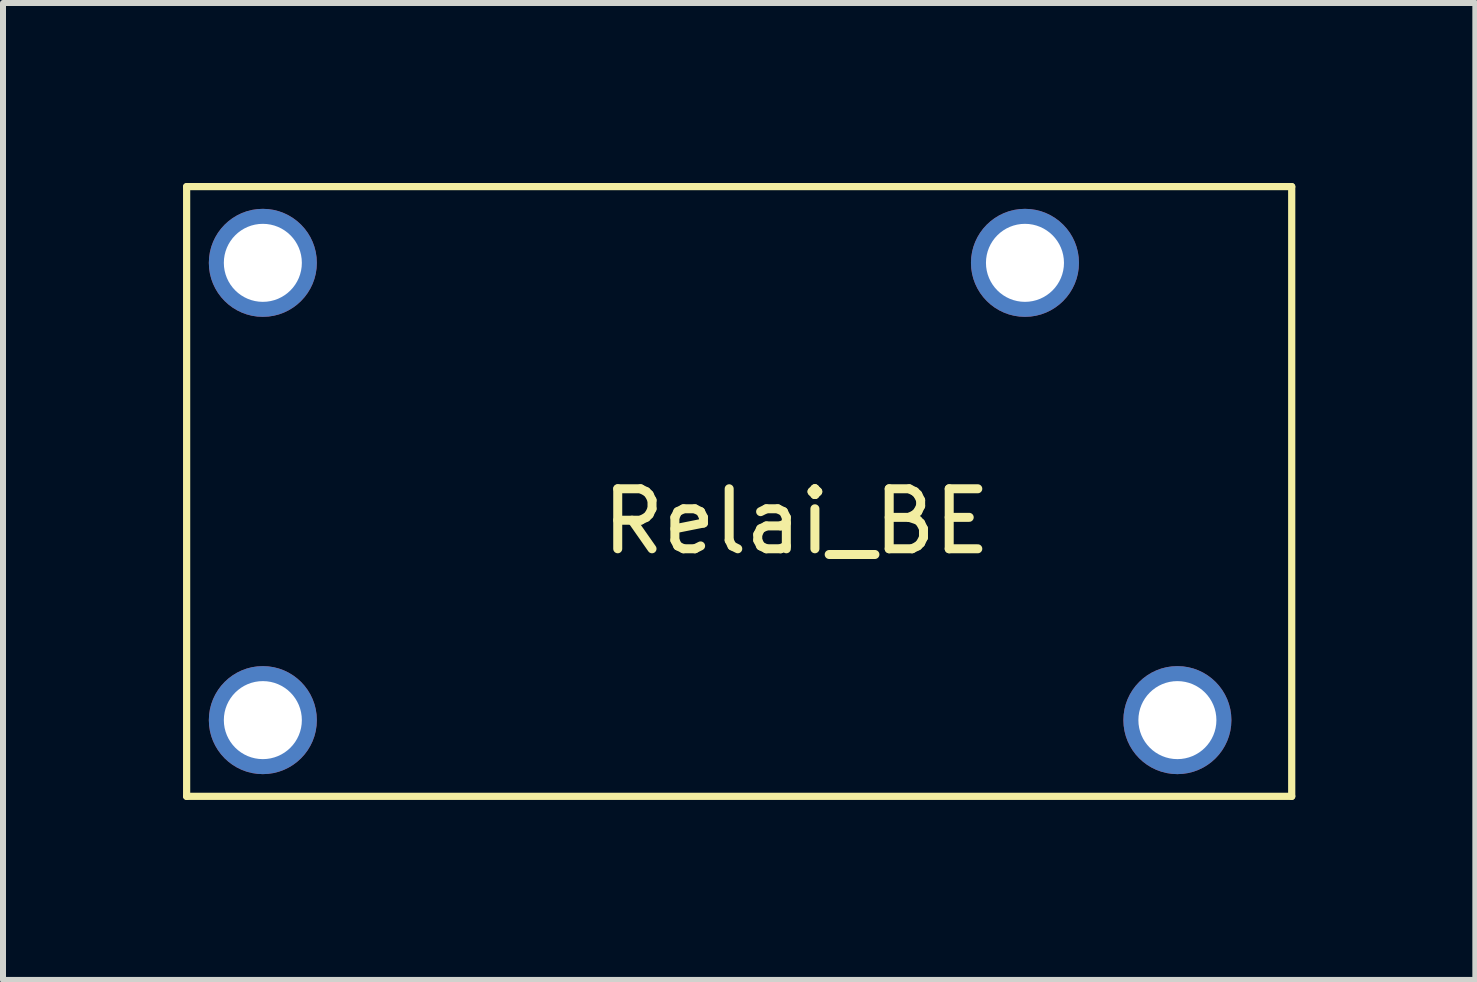
<source format=kicad_pcb>
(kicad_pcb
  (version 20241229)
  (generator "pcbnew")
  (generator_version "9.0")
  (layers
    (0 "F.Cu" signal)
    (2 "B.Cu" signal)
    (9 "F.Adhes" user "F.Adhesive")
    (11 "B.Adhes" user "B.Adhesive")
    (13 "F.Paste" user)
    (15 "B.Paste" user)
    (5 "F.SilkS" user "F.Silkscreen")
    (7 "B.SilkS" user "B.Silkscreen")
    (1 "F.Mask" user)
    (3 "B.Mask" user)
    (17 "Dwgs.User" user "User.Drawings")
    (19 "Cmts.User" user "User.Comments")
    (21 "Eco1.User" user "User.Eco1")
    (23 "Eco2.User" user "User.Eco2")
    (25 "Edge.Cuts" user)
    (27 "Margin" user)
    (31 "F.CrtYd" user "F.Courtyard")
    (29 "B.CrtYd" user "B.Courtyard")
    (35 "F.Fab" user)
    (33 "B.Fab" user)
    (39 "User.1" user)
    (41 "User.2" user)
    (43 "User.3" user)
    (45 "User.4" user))
  (footprint "Relai_BE"
    (layer "F.Cu")
    (at 10.22 5.14)
    (property "Reference" "Relai_BE" (at 0 0.5 0) (layer "F.SilkS") (effects (font (size 1 1) (thickness 0.15))))
    (attr through_hole)
    (fp_line (start -10.16 -5.08) (end -10.16 5.08) (stroke (width 0.12) (type solid)) (layer "F.SilkS"))
    (fp_line (start -10.16 5.08) (end 8.255 5.08) (stroke (width 0.12) (type solid)) (layer "F.SilkS"))
    (fp_line (start 8.255 -5.08) (end -10.16 -5.08) (stroke (width 0.12) (type solid)) (layer "F.SilkS"))
    (fp_line (start 8.255 5.08) (end 8.255 -5.08) (stroke (width 0.12) (type solid)) (layer "F.SilkS"))
    (pad "b1" thru_hole circle (at -8.89 -3.81) (size 1.8 1.8) (drill 1.3) (layers "*.Cu" "*.Mask"))
    (pad "b2" thru_hole circle (at -8.89 3.81) (size 1.8 1.8) (drill 1.3) (layers "*.Cu" "*.Mask"))
    (pad "c1" thru_hole circle (at 3.81 -3.81) (size 1.8 1.8) (drill 1.3) (layers "*.Cu" "*.Mask"))
    (pad "c2" thru_hole circle (at 6.35 3.81) (size 1.8 1.8) (drill 1.3) (layers "*.Cu" "*.Mask")))
  (gr_rect
    (start -3 -3)
    (end 21.535 13.28)
    (stroke (width 0.1) (type default))
    (fill no)
    (layer "Edge.Cuts")))
</source>
